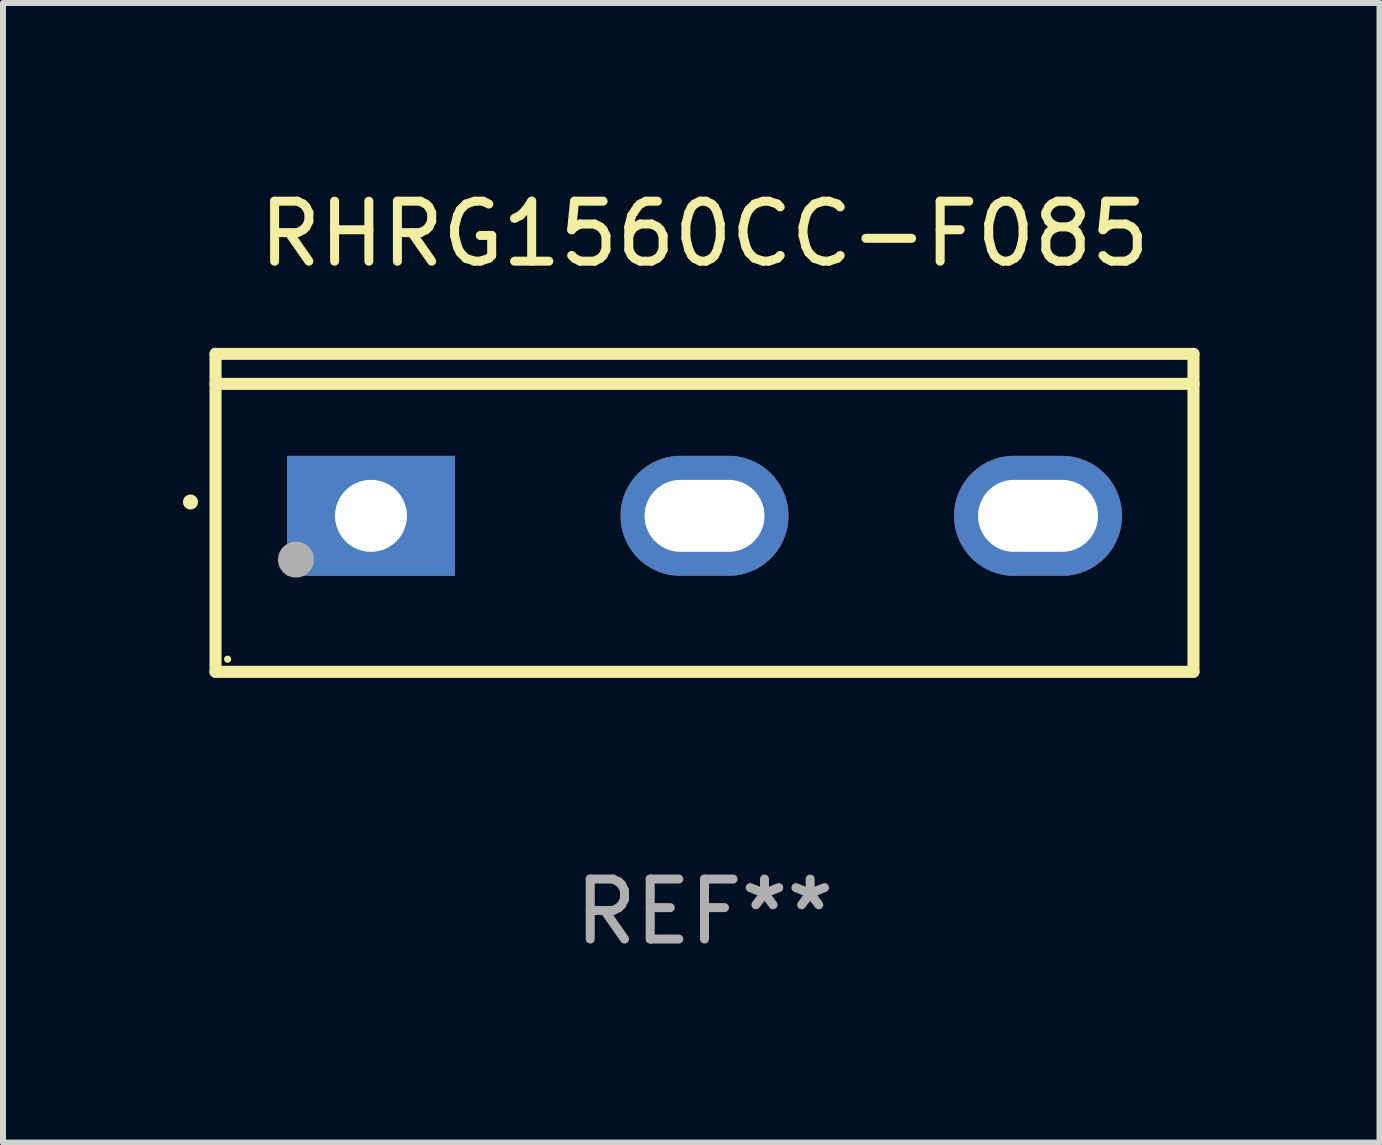
<source format=kicad_pcb>
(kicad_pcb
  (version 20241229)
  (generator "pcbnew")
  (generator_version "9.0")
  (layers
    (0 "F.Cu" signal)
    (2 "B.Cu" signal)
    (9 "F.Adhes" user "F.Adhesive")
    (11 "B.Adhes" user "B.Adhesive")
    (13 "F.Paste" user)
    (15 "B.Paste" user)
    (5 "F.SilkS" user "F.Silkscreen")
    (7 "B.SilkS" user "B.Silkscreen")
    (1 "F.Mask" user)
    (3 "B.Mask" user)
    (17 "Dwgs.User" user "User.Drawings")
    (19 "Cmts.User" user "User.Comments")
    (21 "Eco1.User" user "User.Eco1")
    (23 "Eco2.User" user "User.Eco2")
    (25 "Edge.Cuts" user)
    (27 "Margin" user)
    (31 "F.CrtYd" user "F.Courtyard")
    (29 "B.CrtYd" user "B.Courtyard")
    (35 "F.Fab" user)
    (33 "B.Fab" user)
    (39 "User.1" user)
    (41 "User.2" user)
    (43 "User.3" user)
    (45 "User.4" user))
  (footprint "RHRG1560CC-F085"
    (layer "F.Cu")
    (at 8.694 5.499)
    (property "Reference" "RHRG1560CC-F085" (at 0 -4.65 0) (layer "F.SilkS") (effects (font (size 1 1) (thickness 0.15))))
    (attr through_hole)
    (fp_line (start -8.151 -2.65) (end -8.151 2.65) (stroke (width 0.201) (type solid)) (layer "F.SilkS"))
    (fp_line (start 8.151 -2.65) (end -8.151 -2.65) (stroke (width 0.201) (type solid)) (layer "F.SilkS"))
    (fp_line (start 8.151 -2.15) (end -8.151 -2.15) (stroke (width 0.201) (type solid)) (layer "F.SilkS"))
    (fp_line (start 8.151 2.65) (end -8.151 2.65) (stroke (width 0.201) (type solid)) (layer "F.SilkS"))
    (fp_line (start 8.151 2.65) (end 8.151 -2.65) (stroke (width 0.201) (type solid)) (layer "F.SilkS"))
    (fp_arc (start -8.570003 -0.18048) (mid -8.568733 -0.180486) (end -8.567463 -0.18048) (stroke (width 0.24892) (type solid)) (layer "F.SilkS"))
    (fp_circle (center -7.95 2.44) (end -7.92 2.44) (stroke (width 0.06) (type solid)) (fill no) (layer "F.SilkS"))
    (fp_circle (center -6.81 0.78) (end -6.66 0.78) (stroke (width 0.3) (type solid)) (fill no) (layer "F.Fab"))
    (fp_text user "REF**" (at 0 6.65 0) (layer "F.Fab") (effects (font (size 1 1) (thickness 0.15))))
    (pad "1" thru_hole rect (at -5.56 0.05 90) (size 2 2.8) (drill 1.2) (layers "*.Cu" "*.Mask"))
    (pad "2" thru_hole oval (at 0 0.05 90) (size 2 2.8) (drill oval 1.2 2) (layers "*.Cu" "*.Mask"))
    (pad "3" thru_hole oval (at 5.56 0.05 90) (size 2 2.8) (drill oval 1.2 2) (layers "*.Cu" "*.Mask")))
  (gr_rect
    (start -3 -3)
    (end 19.946 15.997)
    (stroke (width 0.1) (type default))
    (fill no)
    (layer "Edge.Cuts")))
</source>
